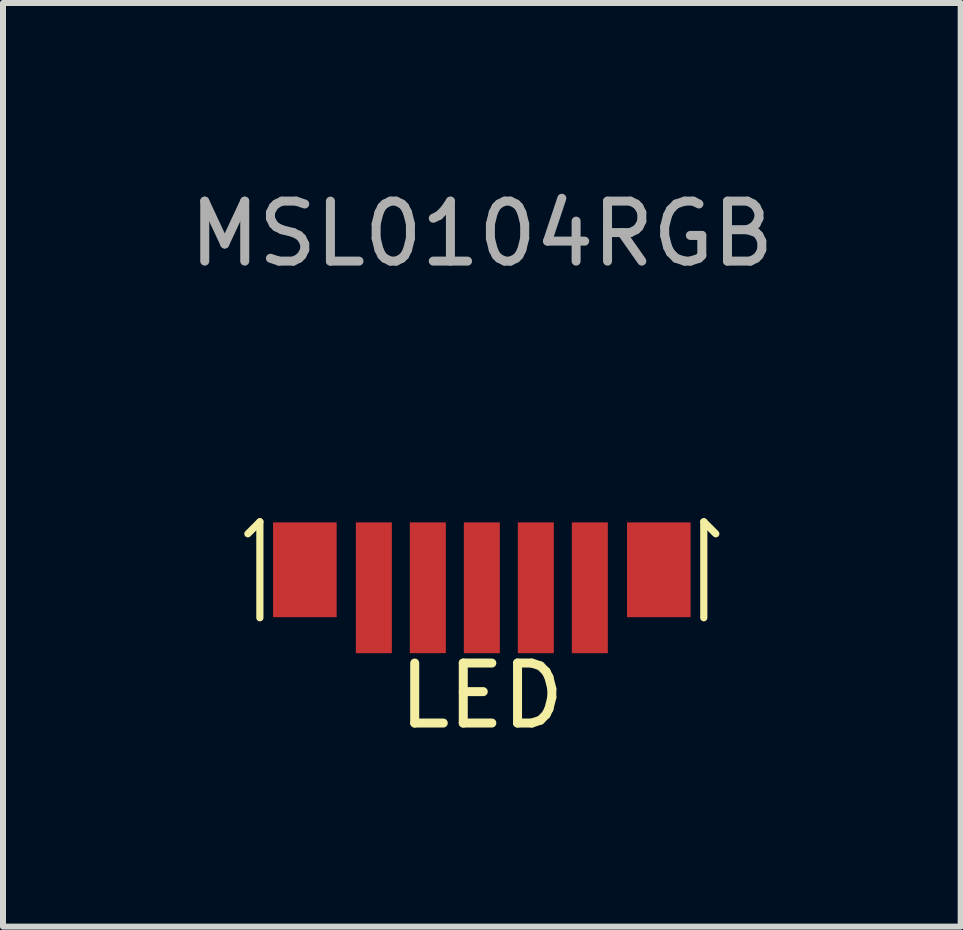
<source format=kicad_pcb>
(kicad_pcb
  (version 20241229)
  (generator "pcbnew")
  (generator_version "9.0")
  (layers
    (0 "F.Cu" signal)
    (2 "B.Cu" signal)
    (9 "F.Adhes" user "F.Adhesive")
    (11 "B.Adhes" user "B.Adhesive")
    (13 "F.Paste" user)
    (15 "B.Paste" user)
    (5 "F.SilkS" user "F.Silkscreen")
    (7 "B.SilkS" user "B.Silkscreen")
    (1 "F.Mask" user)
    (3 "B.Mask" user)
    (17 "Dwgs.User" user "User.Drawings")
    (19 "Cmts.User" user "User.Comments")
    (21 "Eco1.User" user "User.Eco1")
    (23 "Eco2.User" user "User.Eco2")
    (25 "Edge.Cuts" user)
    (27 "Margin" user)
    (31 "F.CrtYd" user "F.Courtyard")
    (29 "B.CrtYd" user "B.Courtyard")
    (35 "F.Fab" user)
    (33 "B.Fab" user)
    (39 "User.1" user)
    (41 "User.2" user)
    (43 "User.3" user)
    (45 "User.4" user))
  (footprint "MSL0104RGB"
    (layer "F.Cu")
    (at 4.982 6.748)
    (property "Reference" "MSL0104RGB" (at 0 -5.9 0) (layer "F.Fab") (effects (font (size 1 1) (thickness 0.15))))
    (attr through_hole)
    (fp_line (start -3.7 -1.1) (end -3.9 -0.9) (stroke (width 0.12) (type solid)) (layer "F.SilkS"))
    (fp_line (start -3.7 0.5) (end -3.7 -1.1) (stroke (width 0.12) (type solid)) (layer "F.SilkS"))
    (fp_line (start 3.7 -1.1) (end 3.9 -0.9) (stroke (width 0.12) (type solid)) (layer "F.SilkS"))
    (fp_line (start 3.7 0.5) (end 3.7 -1.1) (stroke (width 0.12) (type solid)) (layer "F.SilkS"))
    (fp_text user "LED" (at 0 1.8 0) (layer "F.SilkS") (effects (font (size 1 1) (thickness 0.15))))
    (pad "1" smd rect (at -2.95 -0.3) (size 1.06 1.58) (layers "F.Cu" "F.Mask" "F.Paste"))
    (pad "2" smd rect (at -1.8 0) (size 0.6 2.18) (layers "F.Cu" "F.Mask" "F.Paste"))
    (pad "3" smd rect (at -0.9 0) (size 0.6 2.18) (layers "F.Cu" "F.Mask" "F.Paste"))
    (pad "4" smd rect (at 0 0) (size 0.6 2.18) (layers "F.Cu" "F.Mask" "F.Paste"))
    (pad "5" smd rect (at 0.9 0) (size 0.6 2.18) (layers "F.Cu" "F.Mask" "F.Paste"))
    (pad "6" smd rect (at 1.8 0) (size 0.6 2.18) (layers "F.Cu" "F.Mask" "F.Paste"))
    (pad "7" smd rect (at 2.95 -0.3) (size 1.06 1.58) (layers "F.Cu" "F.Mask" "F.Paste")))
  (gr_rect
    (start -3 -3)
    (end 12.964 12.396)
    (stroke (width 0.1) (type default))
    (fill no)
    (layer "Edge.Cuts")))
</source>
